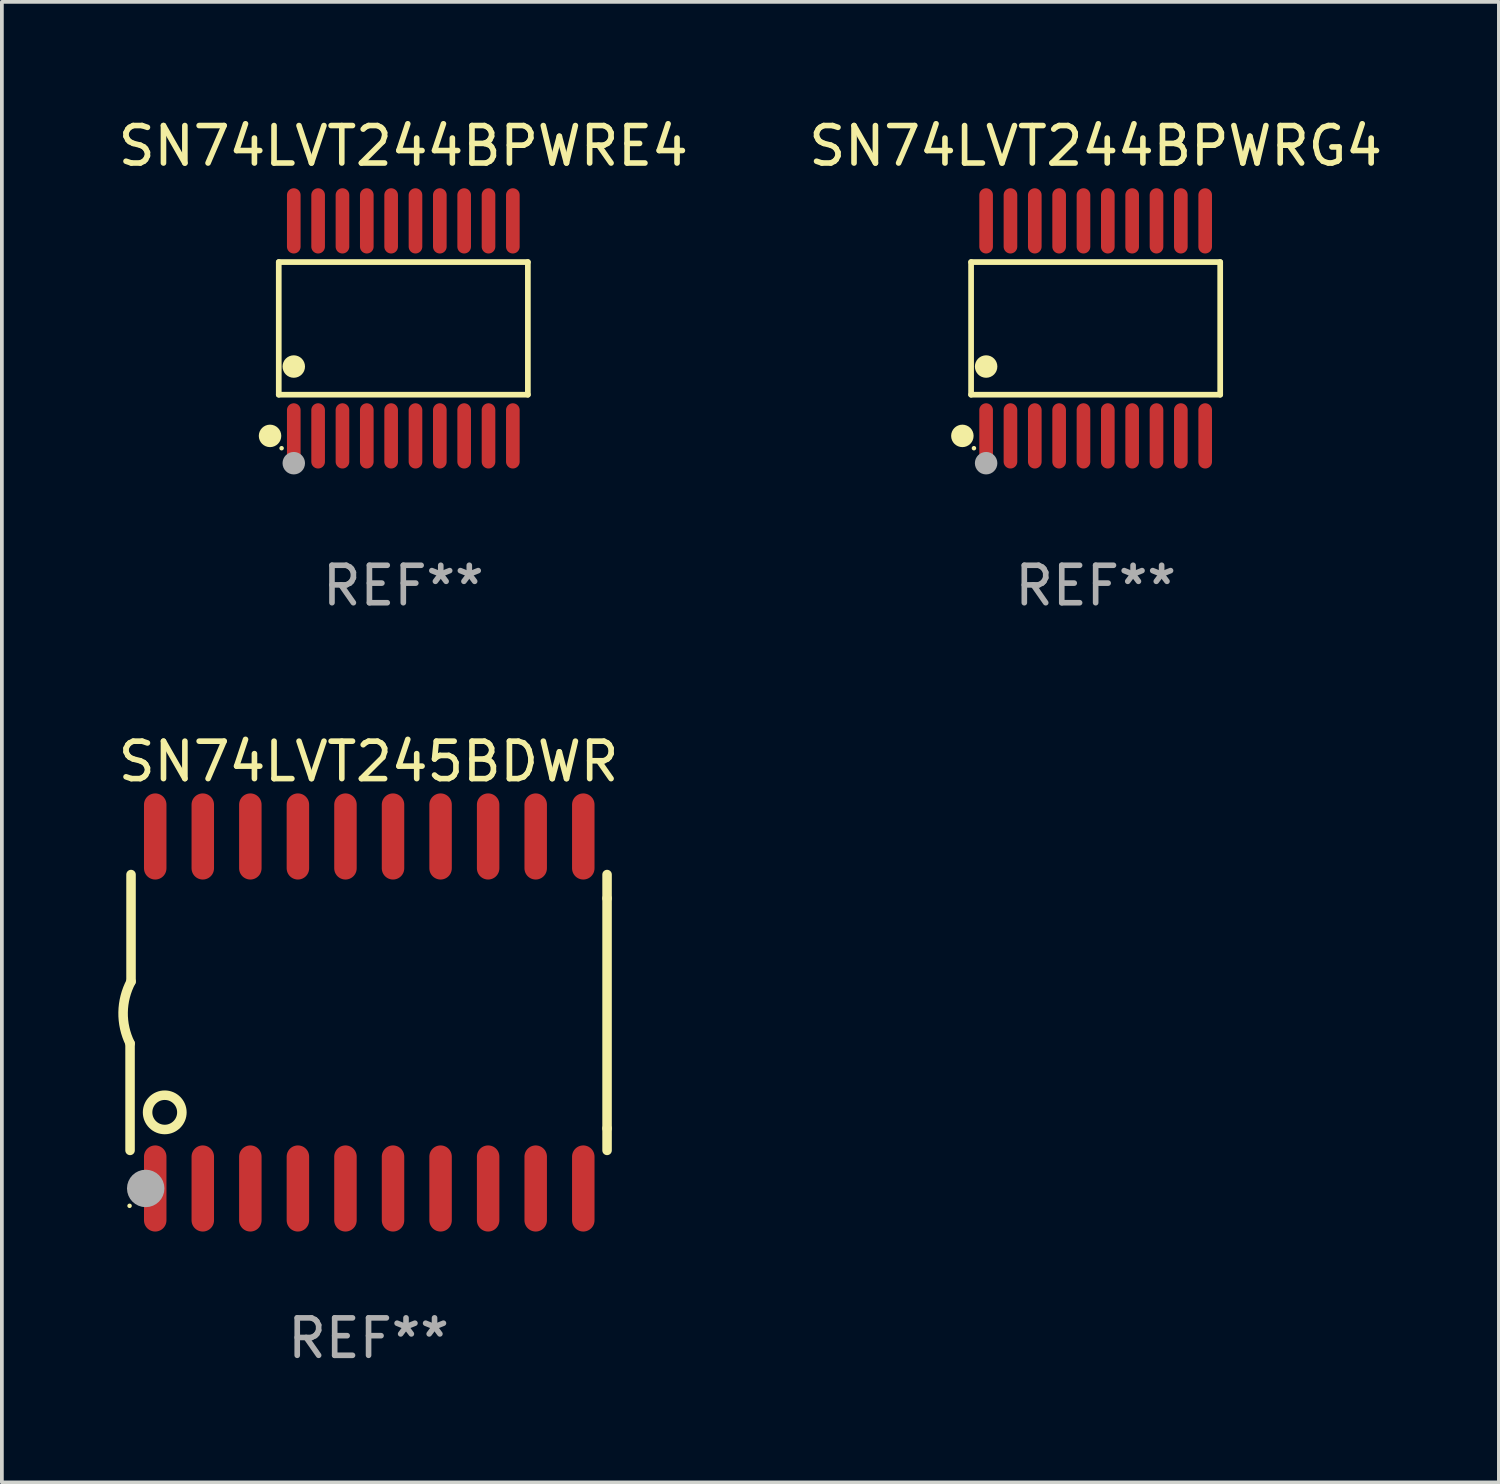
<source format=kicad_pcb>
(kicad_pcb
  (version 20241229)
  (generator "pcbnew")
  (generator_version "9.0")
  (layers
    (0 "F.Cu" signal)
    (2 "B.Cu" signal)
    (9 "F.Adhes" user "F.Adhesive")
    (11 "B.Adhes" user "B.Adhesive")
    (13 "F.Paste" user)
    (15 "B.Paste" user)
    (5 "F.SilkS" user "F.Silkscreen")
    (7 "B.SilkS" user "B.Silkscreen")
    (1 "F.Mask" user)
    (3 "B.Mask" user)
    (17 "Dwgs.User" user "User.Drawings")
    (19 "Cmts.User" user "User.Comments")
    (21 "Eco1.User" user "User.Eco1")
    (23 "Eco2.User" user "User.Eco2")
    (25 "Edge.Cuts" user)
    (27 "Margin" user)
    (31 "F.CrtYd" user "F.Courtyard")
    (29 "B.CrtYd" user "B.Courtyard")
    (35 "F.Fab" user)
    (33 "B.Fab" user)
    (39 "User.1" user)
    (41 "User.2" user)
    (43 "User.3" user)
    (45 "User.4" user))
  (footprint "SN74LVT244BPWRE4"
    (layer "F.Cu")
    (at 7.72 5.719)
    (property "Reference" "SN74LVT244BPWRE4" (at 0 -4.871 0) (layer "F.SilkS") (effects (font (size 1 1) (thickness 0.15))))
    (attr through_hole)
    (fp_line (start -3.326 -1.771) (end 3.326 -1.771) (stroke (width 0.152) (type solid)) (layer "F.SilkS"))
    (fp_line (start -3.326 1.771) (end -3.326 -1.771) (stroke (width 0.152) (type solid)) (layer "F.SilkS"))
    (fp_line (start 3.326 -1.771) (end 3.326 1.771) (stroke (width 0.152) (type solid)) (layer "F.SilkS"))
    (fp_line (start 3.326 1.771) (end -3.326 1.771) (stroke (width 0.152) (type solid)) (layer "F.SilkS"))
    (fp_circle (center -3.559 2.871) (end -3.409 2.871) (stroke (width 0.3) (type solid)) (fill no) (layer "F.SilkS"))
    (fp_circle (center -3.25 3.2) (end -3.22 3.2) (stroke (width 0.06) (type solid)) (fill no) (layer "F.SilkS"))
    (fp_circle (center -2.925 1.019) (end -2.775 1.019) (stroke (width 0.3) (type solid)) (fill no) (layer "F.SilkS"))
    (fp_circle (center -2.925 3.6) (end -2.775 3.6) (stroke (width 0.3) (type solid)) (fill no) (layer "F.Fab"))
    (fp_text user "REF**" (at 0 6.871 0) (layer "F.Fab") (effects (font (size 1 1) (thickness 0.15))))
    (pad "1" smd oval (at -2.925 2.871) (size 0.364 1.742) (layers "F.Cu" "F.Mask" "F.Paste"))
    (pad "2" smd oval (at -2.275 2.871) (size 0.364 1.742) (layers "F.Cu" "F.Mask" "F.Paste"))
    (pad "3" smd oval (at -1.625 2.871) (size 0.364 1.742) (layers "F.Cu" "F.Mask" "F.Paste"))
    (pad "4" smd oval (at -0.975 2.871) (size 0.364 1.742) (layers "F.Cu" "F.Mask" "F.Paste"))
    (pad "5" smd oval (at -0.325 2.871) (size 0.364 1.742) (layers "F.Cu" "F.Mask" "F.Paste"))
    (pad "6" smd oval (at 0.325 2.871) (size 0.364 1.742) (layers "F.Cu" "F.Mask" "F.Paste"))
    (pad "7" smd oval (at 0.975 2.871) (size 0.364 1.742) (layers "F.Cu" "F.Mask" "F.Paste"))
    (pad "8" smd oval (at 1.625 2.871) (size 0.364 1.742) (layers "F.Cu" "F.Mask" "F.Paste"))
    (pad "9" smd oval (at 2.275 2.871) (size 0.364 1.742) (layers "F.Cu" "F.Mask" "F.Paste"))
    (pad "10" smd oval (at 2.925 2.871) (size 0.364 1.742) (layers "F.Cu" "F.Mask" "F.Paste"))
    (pad "11" smd oval (at 2.925 -2.871) (size 0.364 1.742) (layers "F.Cu" "F.Mask" "F.Paste"))
    (pad "12" smd oval (at 2.275 -2.871) (size 0.364 1.742) (layers "F.Cu" "F.Mask" "F.Paste"))
    (pad "13" smd oval (at 1.625 -2.871) (size 0.364 1.742) (layers "F.Cu" "F.Mask" "F.Paste"))
    (pad "14" smd oval (at 0.975 -2.871) (size 0.364 1.742) (layers "F.Cu" "F.Mask" "F.Paste"))
    (pad "15" smd oval (at 0.325 -2.871) (size 0.364 1.742) (layers "F.Cu" "F.Mask" "F.Paste"))
    (pad "16" smd oval (at -0.325 -2.871) (size 0.364 1.742) (layers "F.Cu" "F.Mask" "F.Paste"))
    (pad "17" smd oval (at -0.975 -2.871) (size 0.364 1.742) (layers "F.Cu" "F.Mask" "F.Paste"))
    (pad "18" smd oval (at -1.625 -2.871) (size 0.364 1.742) (layers "F.Cu" "F.Mask" "F.Paste"))
    (pad "19" smd oval (at -2.275 -2.871) (size 0.364 1.742) (layers "F.Cu" "F.Mask" "F.Paste"))
    (pad "20" smd oval (at -2.925 -2.871) (size 0.364 1.742) (layers "F.Cu" "F.Mask" "F.Paste")))
  (footprint "SN74LVT245BDWR"
    (layer "F.Cu")
    (at 6.792 23.987)
    (property "Reference" "SN74LVT245BDWR" (at 0 -6.7 0) (layer "F.SilkS") (effects (font (size 1 1) (thickness 0.15))))
    (attr through_hole)
    (fp_line (start -6.369 0.826) (end -6.369 3.683) (stroke (width 0.254) (type solid)) (layer "F.SilkS"))
    (fp_line (start -6.343 -0.825) (end -6.343 -3.683) (stroke (width 0.254) (type solid)) (layer "F.SilkS"))
    (fp_line (start 6.369 -3.048) (end 6.369 -3.683) (stroke (width 0.254) (type solid)) (layer "F.SilkS"))
    (fp_line (start 6.369 -3.048) (end 6.369 3.096) (stroke (width 0.254) (type solid)) (layer "F.SilkS"))
    (fp_line (start 6.369 3.096) (end 6.369 3.683) (stroke (width 0.254) (type solid)) (layer "F.SilkS"))
    (fp_arc (start -6.36853 0.825552) (mid -6.554743 -0.00301) (end -6.343129 -0.825451) (stroke (width 0.254001) (type solid)) (layer "F.SilkS"))
    (fp_circle (center -6.382 5.163) (end -6.352 5.163) (stroke (width 0.06) (type solid)) (fill no) (layer "F.SilkS"))
    (fp_circle (center -5.443 2.667) (end -4.985 2.667) (stroke (width 0.254) (type solid)) (fill no) (layer "F.SilkS"))
    (fp_circle (center -5.951 4.699) (end -5.701 4.699) (stroke (width 0.5) (type solid)) (fill no) (layer "F.Fab"))
    (fp_text user "REF**" (at 0 8.7 0) (layer "F.Fab") (effects (font (size 1 1) (thickness 0.15))))
    (pad "1" smd oval (at -5.697 4.7 180) (size 0.6 2.3) (layers "F.Cu" "F.Mask" "F.Paste"))
    (pad "2" smd oval (at -4.427 4.7 180) (size 0.6 2.3) (layers "F.Cu" "F.Mask" "F.Paste"))
    (pad "3" smd oval (at -3.157 4.7 180) (size 0.6 2.3) (layers "F.Cu" "F.Mask" "F.Paste"))
    (pad "4" smd oval (at -1.887 4.7 180) (size 0.6 2.3) (layers "F.Cu" "F.Mask" "F.Paste"))
    (pad "5" smd oval (at -0.617 4.7 180) (size 0.6 2.3) (layers "F.Cu" "F.Mask" "F.Paste"))
    (pad "6" smd oval (at 0.653 4.7 180) (size 0.6 2.3) (layers "F.Cu" "F.Mask" "F.Paste"))
    (pad "7" smd oval (at 1.923 4.7 180) (size 0.6 2.3) (layers "F.Cu" "F.Mask" "F.Paste"))
    (pad "8" smd oval (at 3.193 4.7 180) (size 0.6 2.3) (layers "F.Cu" "F.Mask" "F.Paste"))
    (pad "9" smd oval (at 4.463 4.7 180) (size 0.6 2.3) (layers "F.Cu" "F.Mask" "F.Paste"))
    (pad "10" smd oval (at 5.734 4.7 180) (size 0.6 2.3) (layers "F.Cu" "F.Mask" "F.Paste"))
    (pad "11" smd oval (at 5.734 -4.7 180) (size 0.6 2.3) (layers "F.Cu" "F.Mask" "F.Paste"))
    (pad "12" smd oval (at 4.463 -4.7 180) (size 0.6 2.3) (layers "F.Cu" "F.Mask" "F.Paste"))
    (pad "13" smd oval (at 3.193 -4.7 180) (size 0.6 2.3) (layers "F.Cu" "F.Mask" "F.Paste"))
    (pad "14" smd oval (at 1.923 -4.7 180) (size 0.6 2.3) (layers "F.Cu" "F.Mask" "F.Paste"))
    (pad "15" smd oval (at 0.653 -4.7 180) (size 0.6 2.3) (layers "F.Cu" "F.Mask" "F.Paste"))
    (pad "16" smd oval (at -0.617 -4.7 180) (size 0.6 2.3) (layers "F.Cu" "F.Mask" "F.Paste"))
    (pad "17" smd oval (at -1.887 -4.7 180) (size 0.6 2.3) (layers "F.Cu" "F.Mask" "F.Paste"))
    (pad "18" smd oval (at -3.157 -4.7 180) (size 0.6 2.3) (layers "F.Cu" "F.Mask" "F.Paste"))
    (pad "19" smd oval (at -4.427 -4.7 180) (size 0.6 2.3) (layers "F.Cu" "F.Mask" "F.Paste"))
    (pad "20" smd oval (at -5.697 -4.7 180) (size 0.6 2.3) (layers "F.Cu" "F.Mask" "F.Paste")))
  (footprint "SN74LVT244BPWRG4"
    (layer "F.Cu")
    (at 26.208 5.719)
    (property "Reference" "SN74LVT244BPWRG4" (at 0 -4.871 0) (layer "F.SilkS") (effects (font (size 1 1) (thickness 0.15))))
    (attr through_hole)
    (fp_line (start -3.326 -1.771) (end 3.326 -1.771) (stroke (width 0.152) (type solid)) (layer "F.SilkS"))
    (fp_line (start -3.326 1.771) (end -3.326 -1.771) (stroke (width 0.152) (type solid)) (layer "F.SilkS"))
    (fp_line (start 3.326 -1.771) (end 3.326 1.771) (stroke (width 0.152) (type solid)) (layer "F.SilkS"))
    (fp_line (start 3.326 1.771) (end -3.326 1.771) (stroke (width 0.152) (type solid)) (layer "F.SilkS"))
    (fp_circle (center -3.559 2.871) (end -3.409 2.871) (stroke (width 0.3) (type solid)) (fill no) (layer "F.SilkS"))
    (fp_circle (center -3.25 3.2) (end -3.22 3.2) (stroke (width 0.06) (type solid)) (fill no) (layer "F.SilkS"))
    (fp_circle (center -2.925 1.019) (end -2.775 1.019) (stroke (width 0.3) (type solid)) (fill no) (layer "F.SilkS"))
    (fp_circle (center -2.925 3.6) (end -2.775 3.6) (stroke (width 0.3) (type solid)) (fill no) (layer "F.Fab"))
    (fp_text user "REF**" (at 0 6.871 0) (layer "F.Fab") (effects (font (size 1 1) (thickness 0.15))))
    (pad "1" smd oval (at -2.925 2.871) (size 0.364 1.742) (layers "F.Cu" "F.Mask" "F.Paste"))
    (pad "2" smd oval (at -2.275 2.871) (size 0.364 1.742) (layers "F.Cu" "F.Mask" "F.Paste"))
    (pad "3" smd oval (at -1.625 2.871) (size 0.364 1.742) (layers "F.Cu" "F.Mask" "F.Paste"))
    (pad "4" smd oval (at -0.975 2.871) (size 0.364 1.742) (layers "F.Cu" "F.Mask" "F.Paste"))
    (pad "5" smd oval (at -0.325 2.871) (size 0.364 1.742) (layers "F.Cu" "F.Mask" "F.Paste"))
    (pad "6" smd oval (at 0.325 2.871) (size 0.364 1.742) (layers "F.Cu" "F.Mask" "F.Paste"))
    (pad "7" smd oval (at 0.975 2.871) (size 0.364 1.742) (layers "F.Cu" "F.Mask" "F.Paste"))
    (pad "8" smd oval (at 1.625 2.871) (size 0.364 1.742) (layers "F.Cu" "F.Mask" "F.Paste"))
    (pad "9" smd oval (at 2.275 2.871) (size 0.364 1.742) (layers "F.Cu" "F.Mask" "F.Paste"))
    (pad "10" smd oval (at 2.925 2.871) (size 0.364 1.742) (layers "F.Cu" "F.Mask" "F.Paste"))
    (pad "11" smd oval (at 2.925 -2.871) (size 0.364 1.742) (layers "F.Cu" "F.Mask" "F.Paste"))
    (pad "12" smd oval (at 2.275 -2.871) (size 0.364 1.742) (layers "F.Cu" "F.Mask" "F.Paste"))
    (pad "13" smd oval (at 1.625 -2.871) (size 0.364 1.742) (layers "F.Cu" "F.Mask" "F.Paste"))
    (pad "14" smd oval (at 0.975 -2.871) (size 0.364 1.742) (layers "F.Cu" "F.Mask" "F.Paste"))
    (pad "15" smd oval (at 0.325 -2.871) (size 0.364 1.742) (layers "F.Cu" "F.Mask" "F.Paste"))
    (pad "16" smd oval (at -0.325 -2.871) (size 0.364 1.742) (layers "F.Cu" "F.Mask" "F.Paste"))
    (pad "17" smd oval (at -0.975 -2.871) (size 0.364 1.742) (layers "F.Cu" "F.Mask" "F.Paste"))
    (pad "18" smd oval (at -1.625 -2.871) (size 0.364 1.742) (layers "F.Cu" "F.Mask" "F.Paste"))
    (pad "19" smd oval (at -2.275 -2.871) (size 0.364 1.742) (layers "F.Cu" "F.Mask" "F.Paste"))
    (pad "20" smd oval (at -2.925 -2.871) (size 0.364 1.742) (layers "F.Cu" "F.Mask" "F.Paste")))
  (gr_rect
    (start -3 -3)
    (end 36.976 36.535)
    (stroke (width 0.1) (type default))
    (fill no)
    (layer "Edge.Cuts")))
</source>
